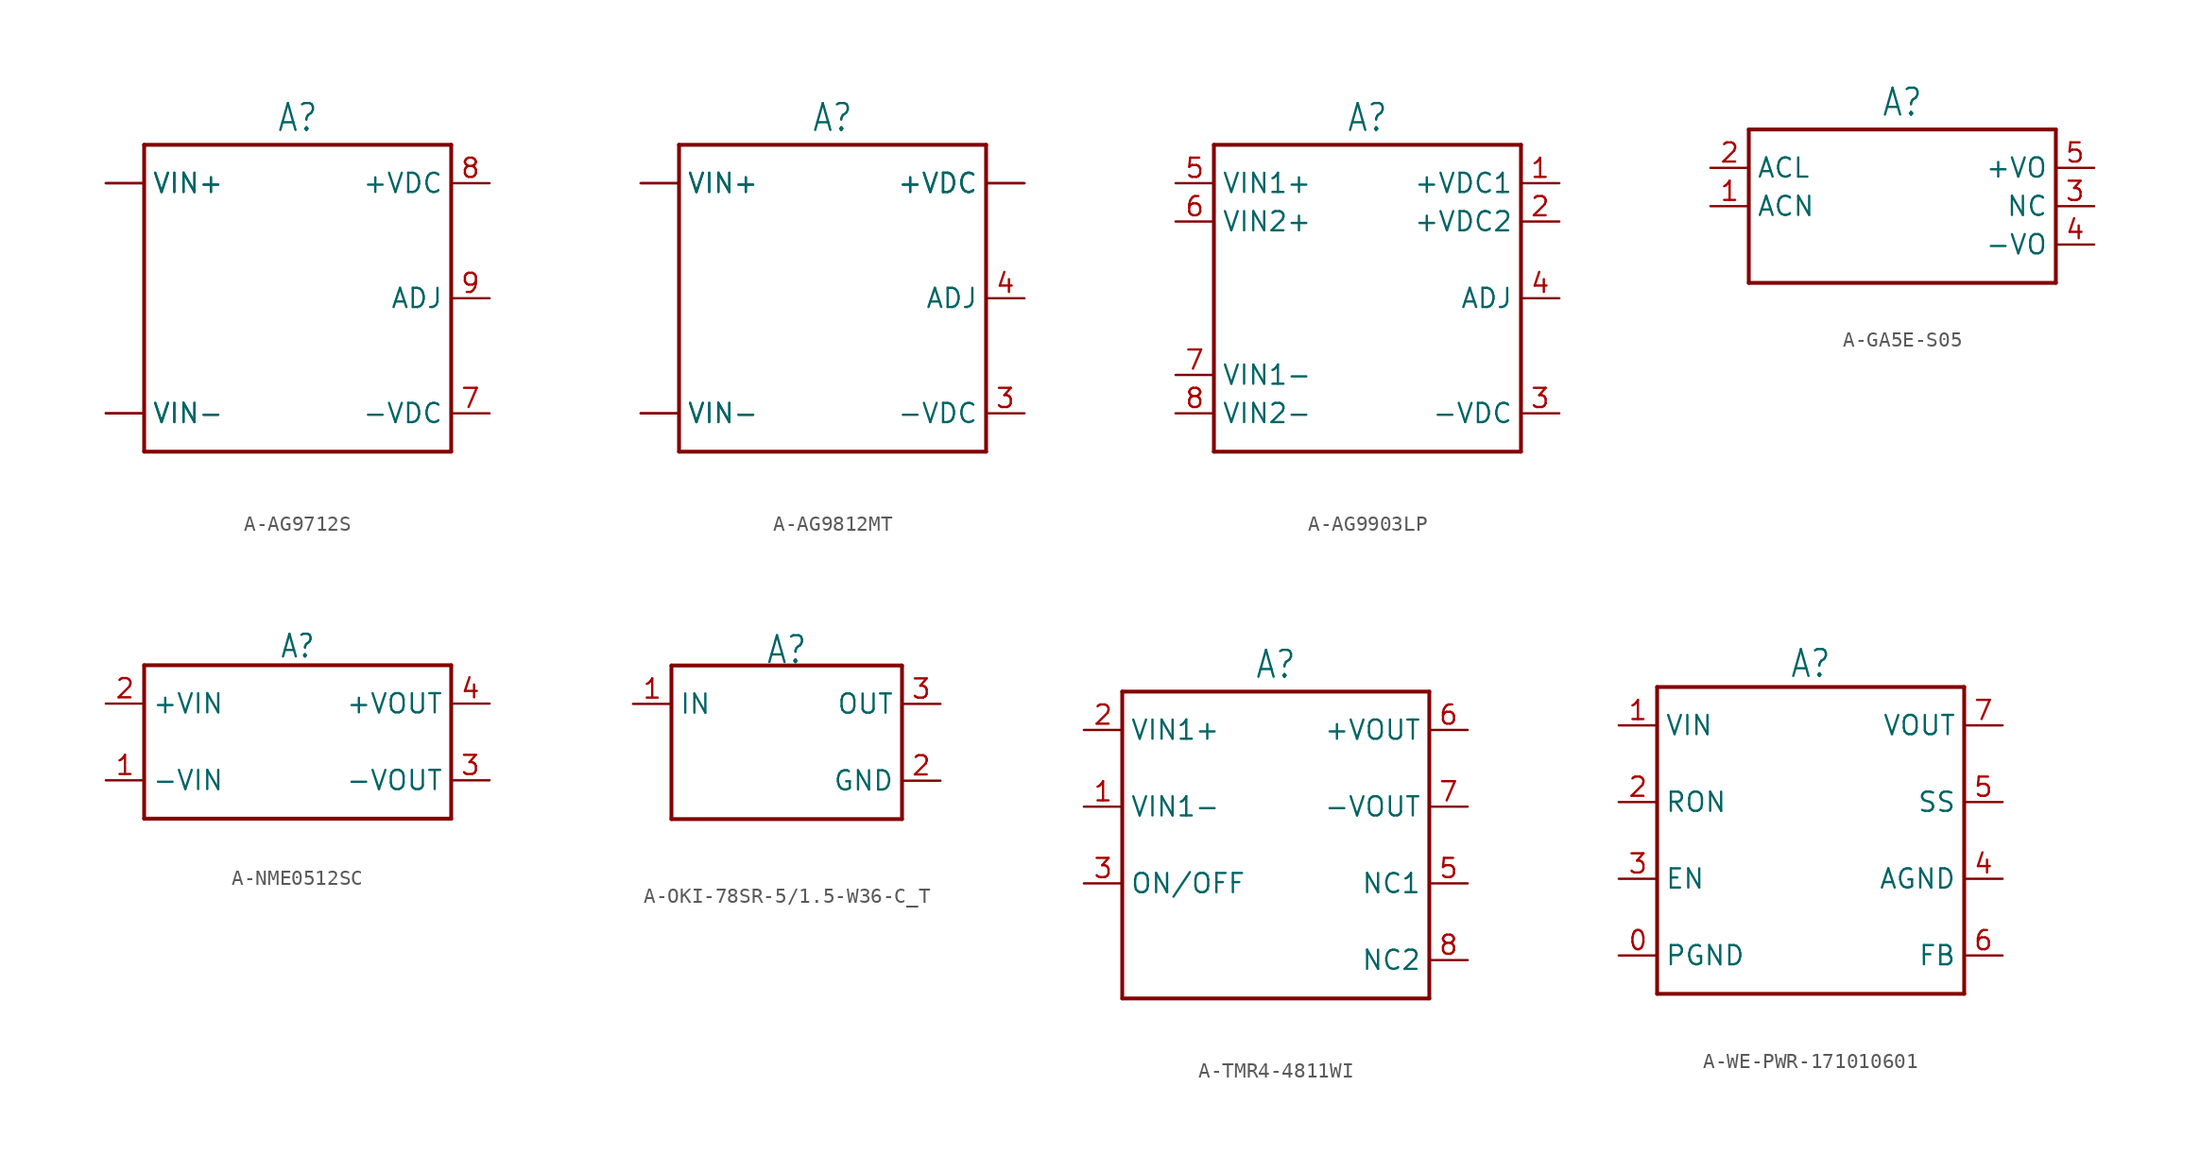
<source format=kicad_sym>
(kicad_symbol_lib
  (version 20231120)
  (generator "kicad_symbol_editor")
  (generator_version "8.0")
  (symbol "A-AG9712S"
    (property "Reference" "A"
      (at 0 10.922 0)
      (effects (font (size 1.778 1.511)) (justify bottom)))
    (property "Value" ""
      (at 0 -10.922 0)
      (effects (font (size 1.778 1.511)) (justify top)))
    (property "ki_locked" ""
      (at 0 0 0)
      (effects (font (size 1.27 1.27))))
    (symbol "A-AG9712S_1_0"
      (polyline (pts (xy -10.16 -10.16) (xy -10.16 10.16)) (stroke (width 0.254) (type solid)) (fill (type none)))
      (polyline (pts (xy -10.16 10.16) (xy 10.16 10.16)) (stroke (width 0.254) (type solid)) (fill (type none)))
      (polyline (pts (xy 10.16 -10.16) (xy -10.16 -10.16)) (stroke (width 0.254) (type solid)) (fill (type none)))
      (polyline (pts (xy 10.16 10.16) (xy 10.16 -10.16)) (stroke (width 0.254) (type solid)) (fill (type none)))
      (pin passive line (at -12.7 7.62 0) (length 2.54) (name "VIN+" (effects (font (size 1.27 1.27)))) (number "1" (effects (font (size 0 0)))))
      (pin passive line (at -12.7 -7.62 0) (length 2.54) (name "VIN-" (effects (font (size 1.27 1.27)))) (number "2" (effects (font (size 0 0)))))
      (pin passive line (at -12.7 7.62 0) (length 2.54) (name "VIN+" (effects (font (size 1.27 1.27)))) (number "3" (effects (font (size 0 0)))))
      (pin passive line (at -12.7 -7.62 0) (length 2.54) (name "VIN-" (effects (font (size 1.27 1.27)))) (number "4" (effects (font (size 0 0)))))
      (pin passive line (at 12.7 -7.62 180) (length 2.54) (name "-VDC" (effects (font (size 1.27 1.27)))) (number "7" (effects (font (size 1.27 1.27)))))
      (pin passive line (at 12.7 7.62 180) (length 2.54) (name "+VDC" (effects (font (size 1.27 1.27)))) (number "8" (effects (font (size 1.27 1.27)))))
      (pin passive line (at 12.7 0 180) (length 2.54) (name "ADJ" (effects (font (size 1.27 1.27)))) (number "9" (effects (font (size 1.27 1.27)))))))
  (symbol "A-AG9812MT"
    (property "Reference" "A"
      (at 0 10.922 0)
      (effects (font (size 1.778 1.511)) (justify bottom)))
    (property "Value" ""
      (at 0 -10.922 0)
      (effects (font (size 1.778 1.511)) (justify top)))
    (property "ki_locked" ""
      (at 0 0 0)
      (effects (font (size 1.27 1.27))))
    (symbol "A-AG9812MT_1_0"
      (polyline (pts (xy -10.16 -10.16) (xy -10.16 10.16)) (stroke (width 0.254) (type solid)) (fill (type none)))
      (polyline (pts (xy -10.16 10.16) (xy 10.16 10.16)) (stroke (width 0.254) (type solid)) (fill (type none)))
      (polyline (pts (xy 10.16 -10.16) (xy -10.16 -10.16)) (stroke (width 0.254) (type solid)) (fill (type none)))
      (polyline (pts (xy 10.16 10.16) (xy 10.16 -10.16)) (stroke (width 0.254) (type solid)) (fill (type none)))
      (pin passive line (at 12.7 7.62 180) (length 2.54) (name "+VDC" (effects (font (size 1.27 1.27)))) (number "1" (effects (font (size 0 0)))))
      (pin passive line (at 12.7 7.62 180) (length 2.54) (name "+VDC" (effects (font (size 1.27 1.27)))) (number "2" (effects (font (size 0 0)))))
      (pin passive line (at 12.7 -7.62 180) (length 2.54) (name "-VDC" (effects (font (size 1.27 1.27)))) (number "3" (effects (font (size 1.27 1.27)))))
      (pin passive line (at 12.7 0 180) (length 2.54) (name "ADJ" (effects (font (size 1.27 1.27)))) (number "4" (effects (font (size 1.27 1.27)))))
      (pin passive line (at -12.7 7.62 0) (length 2.54) (name "VIN+" (effects (font (size 1.27 1.27)))) (number "5" (effects (font (size 0 0)))))
      (pin passive line (at -12.7 7.62 0) (length 2.54) (name "VIN+" (effects (font (size 1.27 1.27)))) (number "6" (effects (font (size 0 0)))))
      (pin passive line (at -12.7 -7.62 0) (length 2.54) (name "VIN-" (effects (font (size 1.27 1.27)))) (number "7" (effects (font (size 0 0)))))
      (pin passive line (at -12.7 -7.62 0) (length 2.54) (name "VIN-" (effects (font (size 1.27 1.27)))) (number "8" (effects (font (size 0 0)))))))
  (symbol "A-AG9903LP"
    (property "Reference" "A"
      (at 0 10.922 0)
      (effects (font (size 1.778 1.511)) (justify bottom)))
    (property "Value" ""
      (at 0 -10.922 0)
      (effects (font (size 1.778 1.511)) (justify top)))
    (property "ki_locked" ""
      (at 0 0 0)
      (effects (font (size 1.27 1.27))))
    (symbol "A-AG9903LP_1_0"
      (polyline (pts (xy -10.16 -10.16) (xy -10.16 10.16)) (stroke (width 0.254) (type solid)) (fill (type none)))
      (polyline (pts (xy -10.16 10.16) (xy 10.16 10.16)) (stroke (width 0.254) (type solid)) (fill (type none)))
      (polyline (pts (xy 10.16 -10.16) (xy -10.16 -10.16)) (stroke (width 0.254) (type solid)) (fill (type none)))
      (polyline (pts (xy 10.16 10.16) (xy 10.16 -10.16)) (stroke (width 0.254) (type solid)) (fill (type none)))
      (pin passive line (at 12.7 7.62 180) (length 2.54) (name "+VDC1" (effects (font (size 1.27 1.27)))) (number "1" (effects (font (size 1.27 1.27)))))
      (pin passive line (at 12.7 5.08 180) (length 2.54) (name "+VDC2" (effects (font (size 1.27 1.27)))) (number "2" (effects (font (size 1.27 1.27)))))
      (pin passive line (at 12.7 -7.62 180) (length 2.54) (name "-VDC" (effects (font (size 1.27 1.27)))) (number "3" (effects (font (size 1.27 1.27)))))
      (pin passive line (at 12.7 0 180) (length 2.54) (name "ADJ" (effects (font (size 1.27 1.27)))) (number "4" (effects (font (size 1.27 1.27)))))
      (pin passive line (at -12.7 7.62 0) (length 2.54) (name "VIN1+" (effects (font (size 1.27 1.27)))) (number "5" (effects (font (size 1.27 1.27)))))
      (pin passive line (at -12.7 5.08 0) (length 2.54) (name "VIN2+" (effects (font (size 1.27 1.27)))) (number "6" (effects (font (size 1.27 1.27)))))
      (pin passive line (at -12.7 -5.08 0) (length 2.54) (name "VIN1-" (effects (font (size 1.27 1.27)))) (number "7" (effects (font (size 1.27 1.27)))))
      (pin passive line (at -12.7 -7.62 0) (length 2.54) (name "VIN2-" (effects (font (size 1.27 1.27)))) (number "8" (effects (font (size 1.27 1.27)))))))
  (symbol "A-GA5E-S05"
    (property "Reference" "A"
      (at 0 5.842 0)
      (effects (font (size 1.778 1.511)) (justify bottom)))
    (property "Value" ""
      (at 0 -5.842 0)
      (effects (font (size 1.778 1.511)) (justify top)))
    (property "ki_locked" ""
      (at 0 0 0)
      (effects (font (size 1.27 1.27))))
    (symbol "A-GA5E-S05_1_0"
      (polyline (pts (xy -10.16 -5.08) (xy -10.16 5.08)) (stroke (width 0.254) (type solid)) (fill (type none)))
      (polyline (pts (xy -10.16 5.08) (xy 10.16 5.08)) (stroke (width 0.254) (type solid)) (fill (type none)))
      (polyline (pts (xy 10.16 -5.08) (xy -10.16 -5.08)) (stroke (width 0.254) (type solid)) (fill (type none)))
      (polyline (pts (xy 10.16 5.08) (xy 10.16 -5.08)) (stroke (width 0.254) (type solid)) (fill (type none)))
      (pin passive line (at -12.7 0 0) (length 2.54) (name "ACN" (effects (font (size 1.27 1.27)))) (number "1" (effects (font (size 1.27 1.27)))))
      (pin passive line (at -12.7 2.54 0) (length 2.54) (name "ACL" (effects (font (size 1.27 1.27)))) (number "2" (effects (font (size 1.27 1.27)))))
      (pin passive line (at 12.7 0 180) (length 2.54) (name "NC" (effects (font (size 1.27 1.27)))) (number "3" (effects (font (size 1.27 1.27)))))
      (pin passive line (at 12.7 -2.54 180) (length 2.54) (name "-VO" (effects (font (size 1.27 1.27)))) (number "4" (effects (font (size 1.27 1.27)))))
      (pin passive line (at 12.7 2.54 180) (length 2.54) (name "+VO" (effects (font (size 1.27 1.27)))) (number "5" (effects (font (size 1.27 1.27)))))))
  (symbol "A-NME0512SC"
    (property "Reference" "A"
      (at 0 6.35 0)
      (effects (font (size 1.5 1.275))))
    (property "Value" ""
      (at 0 -6.35 0)
      (effects (font (size 1.5 1.275))))
    (property "ki_locked" ""
      (at 0 0 0)
      (effects (font (size 1.27 1.27))))
    (symbol "A-NME0512SC_1_0"
      (polyline (pts (xy -10.16 -5.08) (xy 10.16 -5.08)) (stroke (width 0.254) (type solid)) (fill (type none)))
      (polyline (pts (xy -10.16 5.08) (xy -10.16 -5.08)) (stroke (width 0.254) (type solid)) (fill (type none)))
      (polyline (pts (xy 10.16 -5.08) (xy 10.16 5.08)) (stroke (width 0.254) (type solid)) (fill (type none)))
      (polyline (pts (xy 10.16 5.08) (xy -10.16 5.08)) (stroke (width 0.254) (type solid)) (fill (type none)))
      (pin passive line (at -12.7 -2.54 0) (length 2.54) (name "-VIN" (effects (font (size 1.27 1.27)))) (number "1" (effects (font (size 1.27 1.27)))))
      (pin passive line (at -12.7 2.54 0) (length 2.54) (name "+VIN" (effects (font (size 1.27 1.27)))) (number "2" (effects (font (size 1.27 1.27)))))
      (pin passive line (at 12.7 -2.54 180) (length 2.54) (name "-VOUT" (effects (font (size 1.27 1.27)))) (number "3" (effects (font (size 1.27 1.27)))))
      (pin passive line (at 12.7 2.54 180) (length 2.54) (name "+VOUT" (effects (font (size 1.27 1.27)))) (number "4" (effects (font (size 1.27 1.27)))))))
  (symbol "A-OKI-78SR-5/1.5-W36-C_T"
    (property "Reference" "A"
      (at 0 5.08 0)
      (effects (font (size 1.778 1.511)) (justify bottom)))
    (property "Value" ""
      (at 0 -7.62 0)
      (effects (font (size 1.778 1.511)) (justify bottom)))
    (property "ki_locked" ""
      (at 0 0 0)
      (effects (font (size 1.27 1.27))))
    (symbol "A-OKI-78SR-5/1.5-W36-C_T_1_0"
      (polyline (pts (xy -7.62 -5.08) (xy 7.62 -5.08)) (stroke (width 0.254) (type solid)) (fill (type none)))
      (polyline (pts (xy -7.62 5.08) (xy -7.62 -5.08)) (stroke (width 0.254) (type solid)) (fill (type none)))
      (polyline (pts (xy 7.62 -5.08) (xy 7.62 5.08)) (stroke (width 0.254) (type solid)) (fill (type none)))
      (polyline (pts (xy 7.62 5.08) (xy -7.62 5.08)) (stroke (width 0.254) (type solid)) (fill (type none)))
      (pin passive line (at -10.16 2.54 0) (length 2.54) (name "IN" (effects (font (size 1.27 1.27)))) (number "1" (effects (font (size 1.27 1.27)))))
      (pin passive line (at 10.16 -2.54 180) (length 2.54) (name "GND" (effects (font (size 1.27 1.27)))) (number "2" (effects (font (size 1.27 1.27)))))
      (pin passive line (at 10.16 2.54 180) (length 2.54) (name "OUT" (effects (font (size 1.27 1.27)))) (number "3" (effects (font (size 1.27 1.27)))))))
  (symbol "A-TMR4-4811WI"
    (property "Reference" "A"
      (at 0 10.922 0)
      (effects (font (size 1.778 1.511)) (justify bottom)))
    (property "Value" ""
      (at 0 -10.922 0)
      (effects (font (size 1.778 1.511)) (justify top)))
    (property "ki_locked" ""
      (at 0 0 0)
      (effects (font (size 1.27 1.27))))
    (symbol "A-TMR4-4811WI_1_0"
      (polyline (pts (xy -10.16 -10.16) (xy -10.16 10.16)) (stroke (width 0.254) (type solid)) (fill (type none)))
      (polyline (pts (xy -10.16 10.16) (xy 10.16 10.16)) (stroke (width 0.254) (type solid)) (fill (type none)))
      (polyline (pts (xy 10.16 -10.16) (xy -10.16 -10.16)) (stroke (width 0.254) (type solid)) (fill (type none)))
      (polyline (pts (xy 10.16 10.16) (xy 10.16 -10.16)) (stroke (width 0.254) (type solid)) (fill (type none)))
      (pin passive line (at -12.7 2.54 0) (length 2.54) (name "VIN1-" (effects (font (size 1.27 1.27)))) (number "1" (effects (font (size 1.27 1.27)))))
      (pin passive line (at -12.7 7.62 0) (length 2.54) (name "VIN1+" (effects (font (size 1.27 1.27)))) (number "2" (effects (font (size 1.27 1.27)))))
      (pin passive line (at -12.7 -2.54 0) (length 2.54) (name "ON/OFF" (effects (font (size 1.27 1.27)))) (number "3" (effects (font (size 1.27 1.27)))))
      (pin passive line (at 12.7 -2.54 180) (length 2.54) (name "NC1" (effects (font (size 1.27 1.27)))) (number "5" (effects (font (size 1.27 1.27)))))
      (pin passive line (at 12.7 7.62 180) (length 2.54) (name "+VOUT" (effects (font (size 1.27 1.27)))) (number "6" (effects (font (size 1.27 1.27)))))
      (pin passive line (at 12.7 2.54 180) (length 2.54) (name "-VOUT" (effects (font (size 1.27 1.27)))) (number "7" (effects (font (size 1.27 1.27)))))
      (pin passive line (at 12.7 -7.62 180) (length 2.54) (name "NC2" (effects (font (size 1.27 1.27)))) (number "8" (effects (font (size 1.27 1.27)))))))
  (symbol "A-WE-PWR-171010601"
    (property "Reference" "A"
      (at 0 10.668 0)
      (effects (font (size 1.778 1.511)) (justify bottom)))
    (property "Value" ""
      (at 0 -10.668 0)
      (effects (font (size 1.778 1.511)) (justify top)))
    (property "ki_locked" ""
      (at 0 0 0)
      (effects (font (size 1.27 1.27))))
    (symbol "A-WE-PWR-171010601_1_0"
      (polyline (pts (xy -10.16 -10.16) (xy 10.16 -10.16)) (stroke (width 0.254) (type solid)) (fill (type none)))
      (polyline (pts (xy -10.16 10.16) (xy -10.16 -10.16)) (stroke (width 0.254) (type solid)) (fill (type none)))
      (polyline (pts (xy 10.16 -10.16) (xy 10.16 10.16)) (stroke (width 0.254) (type solid)) (fill (type none)))
      (polyline (pts (xy 10.16 10.16) (xy -10.16 10.16)) (stroke (width 0.254) (type solid)) (fill (type none)))
      (pin bidirectional line (at -12.7 -7.62 0) (length 2.54) (name "PGND" (effects (font (size 1.27 1.27)))) (number "0" (effects (font (size 1.27 1.27)))))
      (pin bidirectional line (at -12.7 7.62 0) (length 2.54) (name "VIN" (effects (font (size 1.27 1.27)))) (number "1" (effects (font (size 1.27 1.27)))))
      (pin bidirectional line (at -12.7 2.54 0) (length 2.54) (name "RON" (effects (font (size 1.27 1.27)))) (number "2" (effects (font (size 1.27 1.27)))))
      (pin bidirectional line (at -12.7 -2.54 0) (length 2.54) (name "EN" (effects (font (size 1.27 1.27)))) (number "3" (effects (font (size 1.27 1.27)))))
      (pin bidirectional line (at 12.7 -2.54 180) (length 2.54) (name "AGND" (effects (font (size 1.27 1.27)))) (number "4" (effects (font (size 1.27 1.27)))))
      (pin bidirectional line (at 12.7 2.54 180) (length 2.54) (name "SS" (effects (font (size 1.27 1.27)))) (number "5" (effects (font (size 1.27 1.27)))))
      (pin bidirectional line (at 12.7 -7.62 180) (length 2.54) (name "FB" (effects (font (size 1.27 1.27)))) (number "6" (effects (font (size 1.27 1.27)))))
      (pin bidirectional line (at 12.7 7.62 180) (length 2.54) (name "VOUT" (effects (font (size 1.27 1.27)))) (number "7" (effects (font (size 1.27 1.27))))))))
</source>
